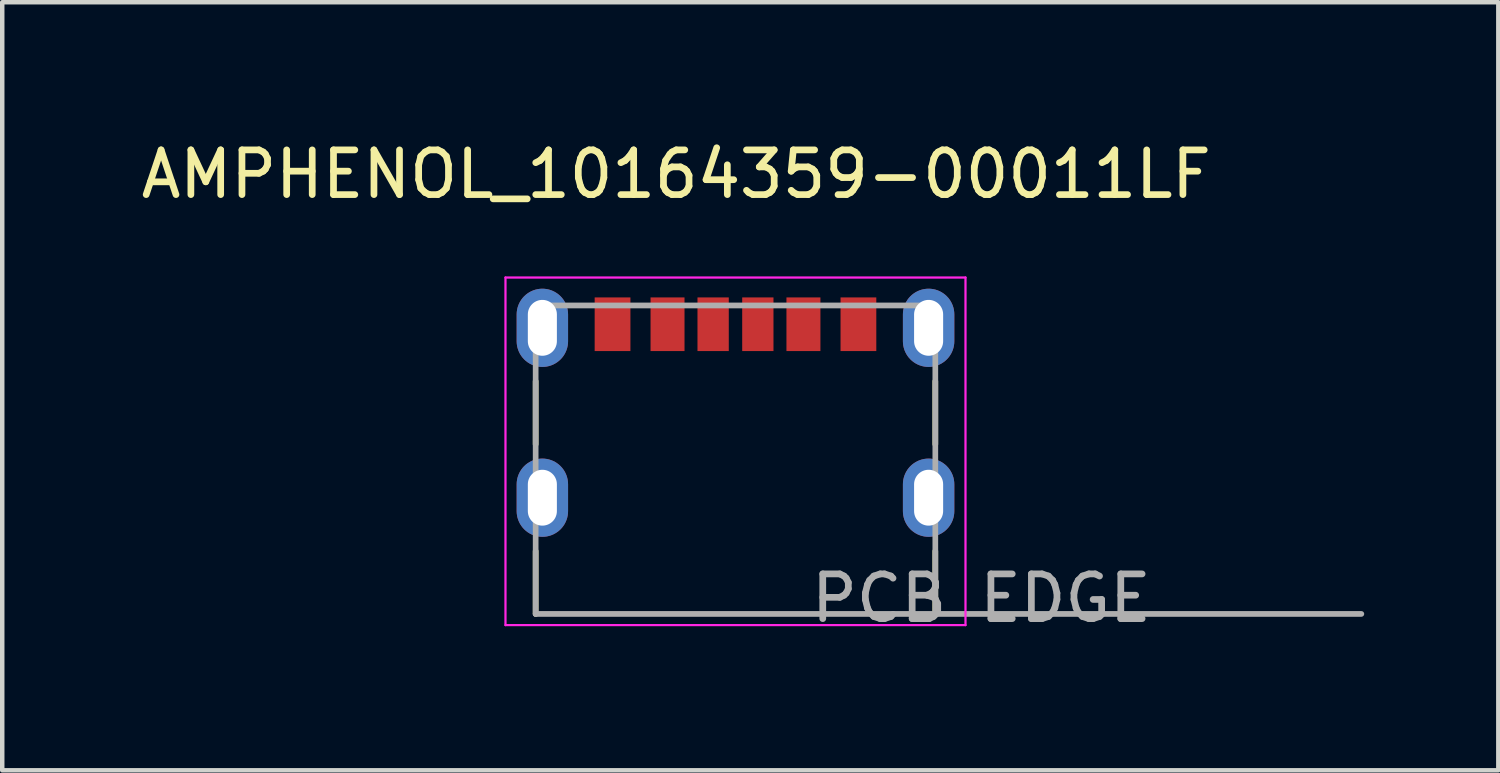
<source format=kicad_pcb>
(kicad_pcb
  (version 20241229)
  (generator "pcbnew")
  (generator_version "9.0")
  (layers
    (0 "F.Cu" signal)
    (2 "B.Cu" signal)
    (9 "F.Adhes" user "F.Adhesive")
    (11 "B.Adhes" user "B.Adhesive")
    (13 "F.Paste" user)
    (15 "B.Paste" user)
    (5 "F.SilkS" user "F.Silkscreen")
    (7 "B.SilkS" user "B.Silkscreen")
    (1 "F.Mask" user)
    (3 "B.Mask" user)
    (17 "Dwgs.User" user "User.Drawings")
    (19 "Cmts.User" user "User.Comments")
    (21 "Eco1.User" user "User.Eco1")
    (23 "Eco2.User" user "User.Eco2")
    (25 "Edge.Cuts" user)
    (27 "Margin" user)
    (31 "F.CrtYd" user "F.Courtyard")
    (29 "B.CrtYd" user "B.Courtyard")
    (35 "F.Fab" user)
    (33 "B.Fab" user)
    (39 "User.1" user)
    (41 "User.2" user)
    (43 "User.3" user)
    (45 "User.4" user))
  (footprint "AMPHENOL_10164359-00011LF"
    (layer "F.Cu")
    (at 13.402 7.233)
    (property "Reference" "AMPHENOL_10164359-00011LF" (at -1.325 -6.385 0) (layer "F.SilkS") (effects (font (size 1 1) (thickness 0.15))))
    (attr smd)
    (fp_line (start -4.47 -1.755) (end -4.47 -0.345) (stroke (width 0.127) (type solid)) (layer "F.SilkS"))
    (fp_line (start -4.47 3.45) (end -4.47 2.045) (stroke (width 0.127) (type solid)) (layer "F.SilkS"))
    (fp_line (start 4.47 -1.755) (end 4.47 -0.345) (stroke (width 0.127) (type solid)) (layer "F.SilkS"))
    (fp_line (start 4.47 3.45) (end 4.47 2.045) (stroke (width 0.127) (type solid)) (layer "F.SilkS"))
    (fp_line (start -5.145 -4.075) (end -5.145 3.7) (stroke (width 0.05) (type solid)) (layer "F.CrtYd"))
    (fp_line (start -5.145 3.7) (end 5.145 3.7) (stroke (width 0.05) (type solid)) (layer "F.CrtYd"))
    (fp_line (start 5.145 -4.075) (end -5.145 -4.075) (stroke (width 0.05) (type solid)) (layer "F.CrtYd"))
    (fp_line (start 5.145 3.7) (end 5.145 -4.075) (stroke (width 0.05) (type solid)) (layer "F.CrtYd"))
    (fp_line (start -4.47 -3.45) (end 4.47 -3.45) (stroke (width 0.127) (type solid)) (layer "F.Fab"))
    (fp_line (start -4.47 3.45) (end -4.47 -3.45) (stroke (width 0.127) (type solid)) (layer "F.Fab"))
    (fp_line (start 4.47 -3.45) (end 4.47 3.45) (stroke (width 0.127) (type solid)) (layer "F.Fab"))
    (fp_line (start 4.47 3.45) (end -4.47 3.45) (stroke (width 0.127) (type solid)) (layer "F.Fab"))
    (fp_line (start 14 3.45) (end 4.47 3.45) (stroke (width 0.127) (type solid)) (layer "F.Fab"))
    (fp_text user "PCB EDGE" (at 5.5 3.1 0) (layer "F.Fab") (effects (font (size 1 1) (thickness 0.15))))
    (pad "A5" smd rect (at -0.5 -3.03) (size 0.7 1.2) (layers "F.Cu" "F.Mask" "F.Paste"))
    (pad "A9" smd rect (at 1.52 -3.03) (size 0.76 1.2) (layers "F.Cu" "F.Mask" "F.Paste"))
    (pad "A12" smd rect (at 2.75 -3.03) (size 0.8 1.2) (layers "F.Cu" "F.Mask" "F.Paste"))
    (pad "B5" smd rect (at 0.5 -3.03) (size 0.7 1.2) (layers "F.Cu" "F.Mask" "F.Paste"))
    (pad "B9" smd rect (at -1.52 -3.03) (size 0.76 1.2) (layers "F.Cu" "F.Mask" "F.Paste"))
    (pad "B12" smd rect (at -2.75 -3.03) (size 0.8 1.2) (layers "F.Cu" "F.Mask" "F.Paste"))
    (pad "S1" thru_hole oval (at -4.32 -2.95) (size 1.15 1.75) (drill oval 0.65 1.25) (layers "*.Cu" "*.Mask"))
    (pad "S1" thru_hole oval (at -4.32 0.85) (size 1.15 1.75) (drill oval 0.65 1.25) (layers "*.Cu" "*.Mask"))
    (pad "S1" thru_hole oval (at 4.32 -2.95) (size 1.15 1.75) (drill oval 0.65 1.25) (layers "*.Cu" "*.Mask"))
    (pad "S1" thru_hole oval (at 4.32 0.85) (size 1.15 1.75) (drill oval 0.65 1.25) (layers "*.Cu" "*.Mask")))
  (gr_rect
    (start -3 -3)
    (end 30.466 14.181)
    (stroke (width 0.1) (type default))
    (fill no)
    (layer "Edge.Cuts")))
</source>
